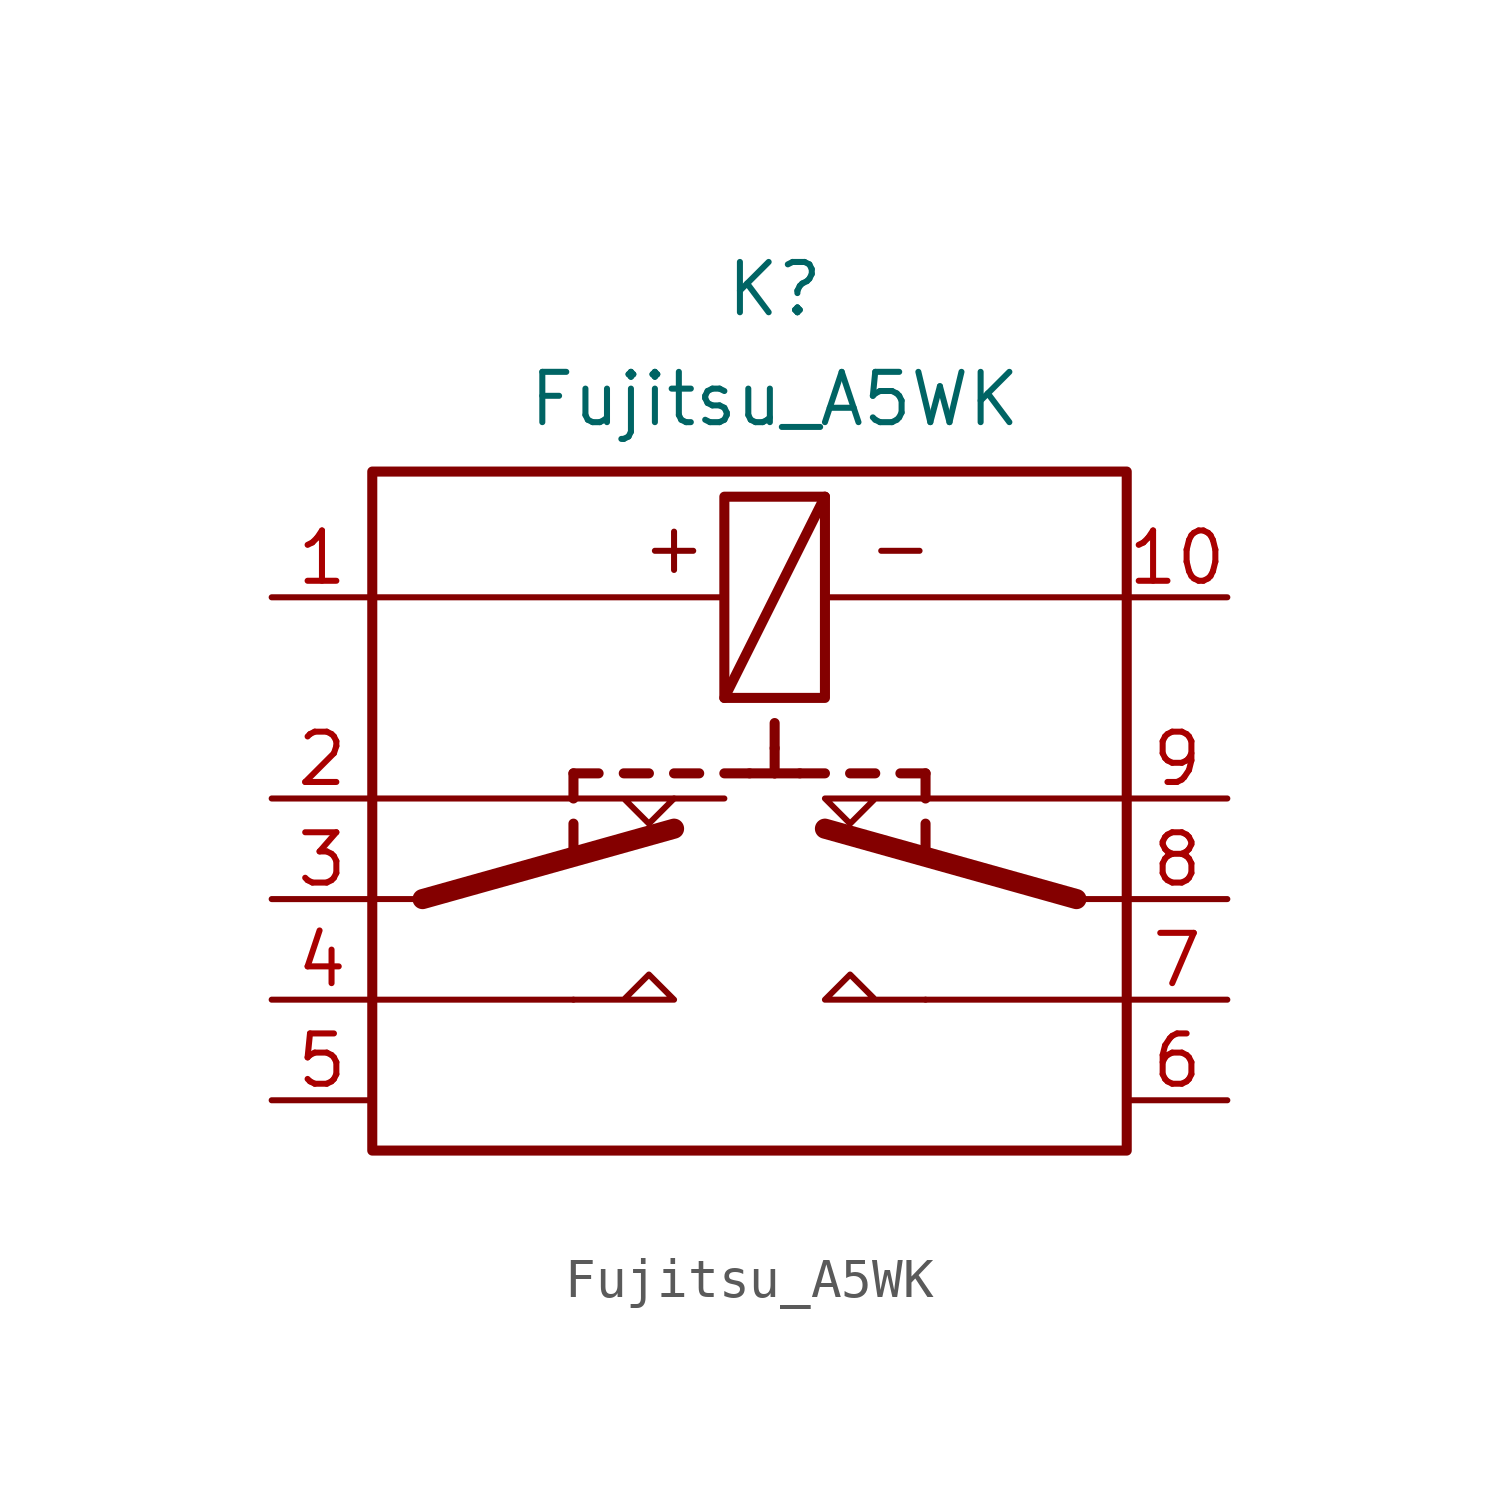
<source format=kicad_sym>
(kicad_symbol_lib
  (version 20210619)
  (generator kicad_symbol_editor)
  (symbol "my_Library:Fujitsu_A5WK"
    (property "Reference" "K"
      (at 0 12.857 0)
      (effects (font (size 1.27 1.27))))
    (property "Value" "Fujitsu_A5WK"
      (at 0 10.082 0)
      (effects (font (size 1.27 1.27))))
    (symbol "Fujitsu_A5WK_0_0"
      (text "+" (at -2.54 6.35 0) (effects (font (size 1.27 1.27))))
      (text "-" (at 3.175 6.35 0) (effects (font (size 1.27 1.27)))))
    (symbol "Fujitsu_A5WK_0_1"
      (rectangle (start 1.27 7.62) (end -1.27 2.54) (stroke (width 0.254)) (fill (type none)))
      (polyline (pts (xy 1.27 7.62) (xy -1.27 2.54)) (stroke (width 0.254)) (fill (type none)))
      (polyline (pts (xy -5.08 0) (xy -2.54 0) (xy -3.175 -0.635) (xy -3.81 0)) (stroke (width 0)) (fill (type none)))
      (polyline (pts (xy 3.81 0) (xy 1.27 0) (xy 1.905 -0.635) (xy 2.54 0)) (stroke (width 0)) (fill (type none))))
    (symbol "Fujitsu_A5WK_1_1"
      (rectangle (start -10.16 8.255) (end 8.89 -8.89) (stroke (width 0.254)) (fill (type none)))
      (polyline (pts (xy -10.16 5.08) (xy -1.27 5.08)) (stroke (width 0)) (fill (type none)))
      (polyline (pts (xy -8.89 -2.54) (xy -10.16 -2.54)) (stroke (width 0.152)) (fill (type none)))
      (polyline (pts (xy -8.89 -2.54) (xy -2.54 -0.762)) (stroke (width 0.508)) (fill (type none)))
      (polyline (pts (xy -5.08 -5.08) (xy -10.16 -5.08)) (stroke (width 0.152)) (fill (type none)))
      (polyline (pts (xy -5.08 -0.635) (xy -5.08 -1.27)) (stroke (width 0.254)) (fill (type none)))
      (polyline (pts (xy -5.08 0) (xy -10.16 0)) (stroke (width 0.152)) (fill (type none)))
      (polyline (pts (xy -5.08 0.635) (xy -5.08 0)) (stroke (width 0.254)) (fill (type none)))
      (polyline (pts (xy -5.08 0.635) (xy -4.445 0.635)) (stroke (width 0.254)) (fill (type none)))
      (polyline (pts (xy -3.81 0.635) (xy -3.175 0.635)) (stroke (width 0.254)) (fill (type none)))
      (polyline (pts (xy -2.54 0) (xy -1.27 0)) (stroke (width 0)) (fill (type none)))
      (polyline (pts (xy -2.54 0.635) (xy -1.905 0.635)) (stroke (width 0.254)) (fill (type none)))
      (polyline (pts (xy -1.27 0.635) (xy -0.635 0.635)) (stroke (width 0.254)) (fill (type none)))
      (polyline (pts (xy -0.635 0.635) (xy 0 0.635)) (stroke (width 0.254)) (fill (type none)))
      (polyline (pts (xy 0 0.635) (xy 0 1.27)) (stroke (width 0.254)) (fill (type none)))
      (polyline (pts (xy 0 0.635) (xy 0.635 0.635)) (stroke (width 0.254)) (fill (type none)))
      (polyline (pts (xy 0 1.905) (xy 0 1.27)) (stroke (width 0.254)) (fill (type none)))
      (polyline (pts (xy 0.635 0.635) (xy 1.27 0.635)) (stroke (width 0.254)) (fill (type none)))
      (polyline (pts (xy 1.905 0.635) (xy 2.54 0.635)) (stroke (width 0.254)) (fill (type none)))
      (polyline (pts (xy 3.175 0.635) (xy 3.81 0.635)) (stroke (width 0.254)) (fill (type none)))
      (polyline (pts (xy 3.81 -5.08) (xy 8.89 -5.08)) (stroke (width 0.152)) (fill (type none)))
      (polyline (pts (xy 3.81 -0.635) (xy 3.81 -1.27)) (stroke (width 0.254)) (fill (type none)))
      (polyline (pts (xy 3.81 0) (xy 8.89 0)) (stroke (width 0.152)) (fill (type none)))
      (polyline (pts (xy 3.81 0.635) (xy 3.81 0)) (stroke (width 0.254)) (fill (type none)))
      (polyline (pts (xy 7.62 -2.54) (xy 1.27 -0.762)) (stroke (width 0.508)) (fill (type none)))
      (polyline (pts (xy 7.62 -2.54) (xy 8.89 -2.54)) (stroke (width 0.152)) (fill (type none)))
      (polyline (pts (xy 8.89 5.08) (xy 1.27 5.08) (xy 1.524 5.08)) (stroke (width 0)) (fill (type none)))
      (polyline (pts (xy -5.08 -5.08) (xy -2.54 -5.08) (xy -3.175 -4.445) (xy -3.81 -5.08)) (stroke (width 0)) (fill (type none)))
      (polyline (pts (xy 3.81 -5.08) (xy 1.27 -5.08) (xy 1.905 -4.445) (xy 2.54 -5.08)) (stroke (width 0)) (fill (type none)))
      (pin passive line (at -12.7 5.08 0) (length 2.54) (name "" (effects (font (size 1.27 1.27)))) (number "1" (effects (font (size 1.27 1.27)))))
      (pin passive line (at 11.43 5.08 180) (length 2.54) (name "" (effects (font (size 1.27 1.27)))) (number "10" (effects (font (size 1.27 1.27)))))
      (pin passive line (at -12.7 0 0) (length 2.54) (name "~" (effects (font (size 1.27 1.27)))) (number "2" (effects (font (size 1.27 1.27)))))
      (pin passive line (at -12.7 -2.54 0) (length 2.54) (name "~" (effects (font (size 1.27 1.27)))) (number "3" (effects (font (size 1.27 1.27)))))
      (pin passive line (at -12.7 -5.08 0) (length 2.54) (name "~" (effects (font (size 1.27 1.27)))) (number "4" (effects (font (size 1.27 1.27)))))
      (pin input line (at -12.7 -7.62 0) (length 2.54) (name "" (effects (font (size 1.27 1.27)))) (number "5" (effects (font (size 1.27 1.27)))))
      (pin input line (at 11.43 -7.62 180) (length 2.54) (name "" (effects (font (size 1.27 1.27)))) (number "6" (effects (font (size 1.27 1.27)))))
      (pin passive line (at 11.43 -5.08 180) (length 2.54) (name "~" (effects (font (size 1.27 1.27)))) (number "7" (effects (font (size 1.27 1.27)))))
      (pin passive line (at 11.43 -2.54 180) (length 2.54) (name "~" (effects (font (size 1.27 1.27)))) (number "8" (effects (font (size 1.27 1.27)))))
      (pin passive line (at 11.43 0 180) (length 2.54) (name "~" (effects (font (size 1.27 1.27)))) (number "9" (effects (font (size 1.27 1.27))))))))
</source>
